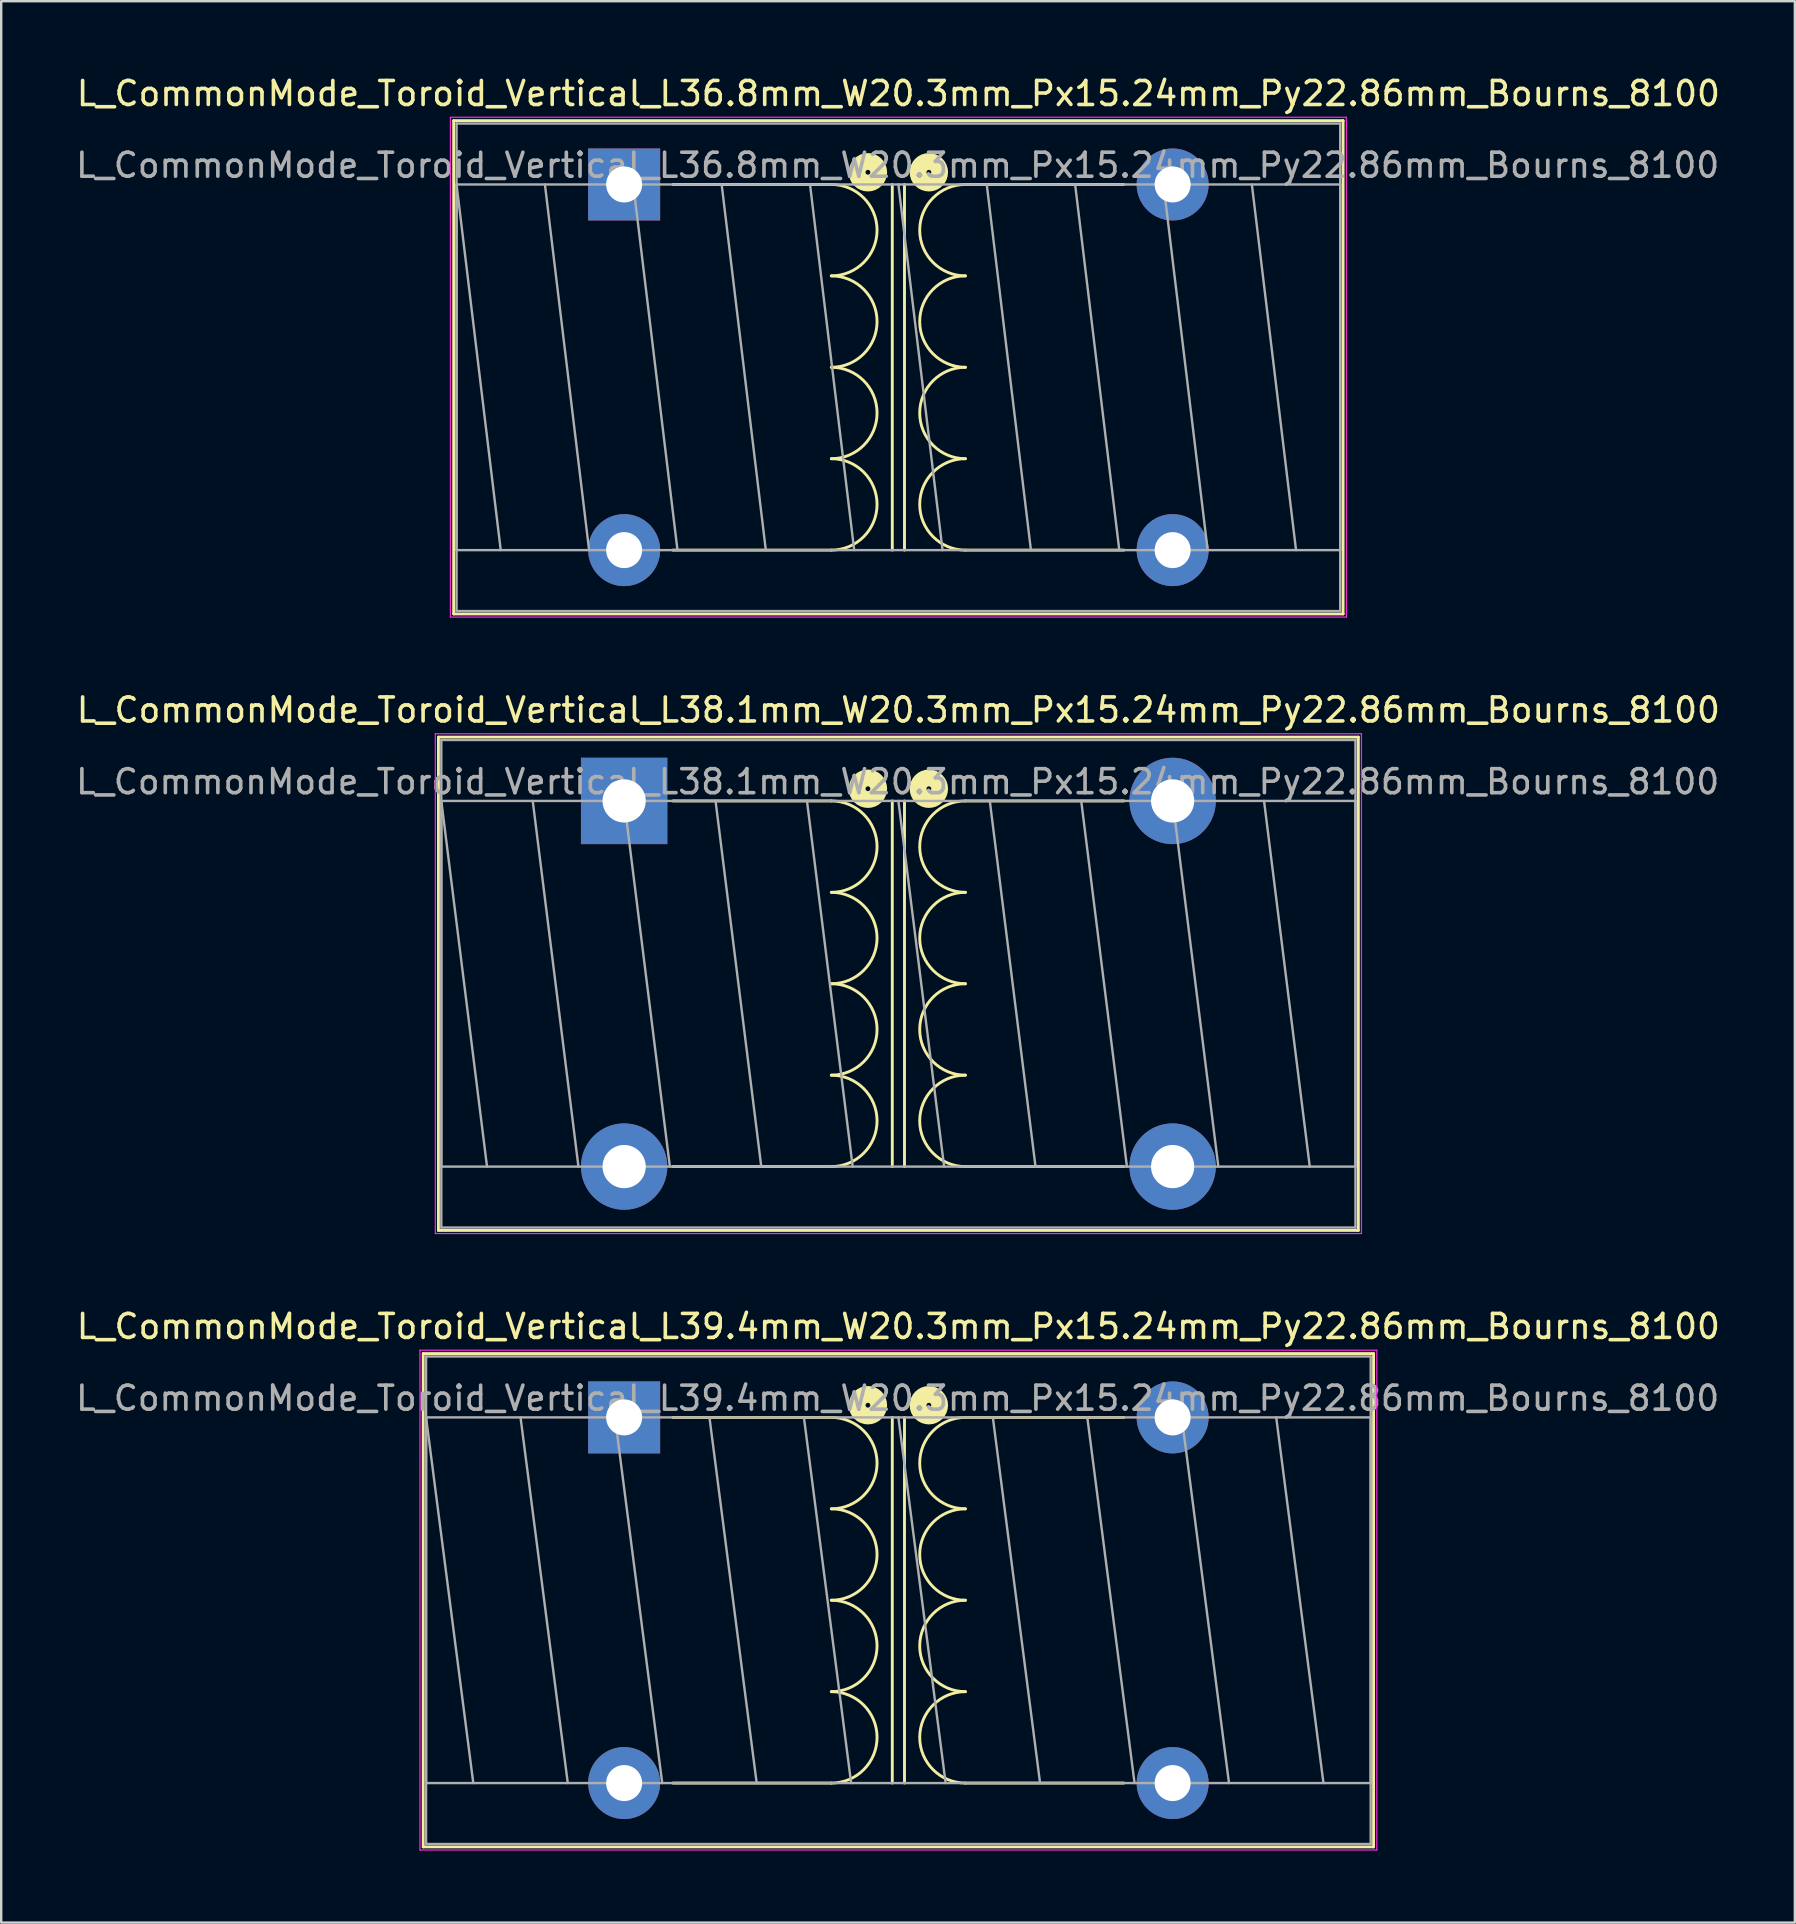
<source format=kicad_pcb>
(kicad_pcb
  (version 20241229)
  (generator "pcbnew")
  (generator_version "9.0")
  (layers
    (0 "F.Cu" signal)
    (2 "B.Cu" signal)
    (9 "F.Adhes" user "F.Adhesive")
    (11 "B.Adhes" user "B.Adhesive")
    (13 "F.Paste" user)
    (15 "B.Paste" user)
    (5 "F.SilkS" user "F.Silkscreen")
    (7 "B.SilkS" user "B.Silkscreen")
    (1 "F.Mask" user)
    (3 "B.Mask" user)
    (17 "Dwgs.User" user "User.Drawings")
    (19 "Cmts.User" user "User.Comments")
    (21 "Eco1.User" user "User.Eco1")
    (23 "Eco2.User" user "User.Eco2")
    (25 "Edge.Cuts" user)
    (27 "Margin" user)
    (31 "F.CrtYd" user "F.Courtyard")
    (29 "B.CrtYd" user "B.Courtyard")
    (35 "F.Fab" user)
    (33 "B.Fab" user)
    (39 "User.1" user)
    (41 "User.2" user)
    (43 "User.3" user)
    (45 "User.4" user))
  (footprint "L_CommonMode_Toroid_Vertical_L38.1mm_W20.3mm_Px15.24mm_Py22.86mm_Bourns_8100"
    (layer "F.Cu")
    (at 22.963 30.331)
    (property "Reference" "L_CommonMode_Toroid_Vertical_L38.1mm_W20.3mm_Px15.24mm_Py22.86mm_Bourns_8100" (at 11.43 -3.79 0) (layer "F.SilkS") (effects (font (size 1 1) (thickness 0.15))))
    (attr through_hole)
    (fp_line (start -7.74 -2.66) (end -7.74 17.9) (stroke (width 0.12) (type solid)) (layer "F.SilkS"))
    (fp_line (start -7.74 -2.66) (end 30.6 -2.66) (stroke (width 0.12) (type solid)) (layer "F.SilkS"))
    (fp_line (start -7.74 17.9) (end 30.6 17.9) (stroke (width 0.12) (type solid)) (layer "F.SilkS"))
    (fp_line (start 2.032 0) (end 8.636 0) (stroke (width 0.12) (type solid)) (layer "F.SilkS"))
    (fp_line (start 2.032 15.24) (end 8.636 15.24) (stroke (width 0.12) (type solid)) (layer "F.SilkS"))
    (fp_line (start 11.176 0) (end 11.176 15.24) (stroke (width 0.12) (type solid)) (layer "F.SilkS"))
    (fp_line (start 11.684 15.24) (end 11.684 0) (stroke (width 0.12) (type solid)) (layer "F.SilkS"))
    (fp_line (start 20.828 0) (end 14.224 0) (stroke (width 0.12) (type solid)) (layer "F.SilkS"))
    (fp_line (start 20.828 15.24) (end 14.224 15.24) (stroke (width 0.12) (type solid)) (layer "F.SilkS"))
    (fp_line (start 30.6 -2.66) (end 30.6 17.9) (stroke (width 0.12) (type solid)) (layer "F.SilkS"))
    (fp_arc (start 8.636 0) (mid 10.541 1.905) (end 8.636 3.81) (stroke (width 0.12) (type solid)) (layer "F.SilkS"))
    (fp_arc (start 8.636 3.81) (mid 10.541 5.715) (end 8.636 7.62) (stroke (width 0.12) (type solid)) (layer "F.SilkS"))
    (fp_arc (start 8.636 7.62) (mid 10.541 9.525) (end 8.636 11.43) (stroke (width 0.12) (type solid)) (layer "F.SilkS"))
    (fp_arc (start 8.636 11.43) (mid 10.541 13.335) (end 8.636 15.24) (stroke (width 0.12) (type solid)) (layer "F.SilkS"))
    (fp_arc (start 14.224 3.81) (mid 12.319 1.905) (end 14.224 0) (stroke (width 0.12) (type solid)) (layer "F.SilkS"))
    (fp_arc (start 14.224 7.62) (mid 12.319 5.715) (end 14.224 3.81) (stroke (width 0.12) (type solid)) (layer "F.SilkS"))
    (fp_arc (start 14.224 11.43) (mid 12.319 9.525) (end 14.224 7.62) (stroke (width 0.12) (type solid)) (layer "F.SilkS"))
    (fp_arc (start 14.224 15.24) (mid 12.319 13.335) (end 14.224 11.43) (stroke (width 0.12) (type solid)) (layer "F.SilkS"))
    (fp_circle (center 10.16 -0.508) (end 10.26 -0.508) (stroke (width 0.7) (type solid)) (fill no) (layer "F.SilkS"))
    (fp_circle (center 12.7 -0.508) (end 12.8 -0.508) (stroke (width 0.7) (type solid)) (fill no) (layer "F.SilkS"))
    (fp_line (start -7.87 -2.8) (end -7.87 18.03) (stroke (width 0.05) (type solid)) (layer "F.CrtYd"))
    (fp_line (start -7.87 18.03) (end 30.73 18.03) (stroke (width 0.05) (type solid)) (layer "F.CrtYd"))
    (fp_line (start 30.73 -2.8) (end -7.87 -2.8) (stroke (width 0.05) (type solid)) (layer "F.CrtYd"))
    (fp_line (start 30.73 18.03) (end 30.73 -2.8) (stroke (width 0.05) (type solid)) (layer "F.CrtYd"))
    (fp_line (start -7.62 -2.54) (end -7.62 17.78) (stroke (width 0.1) (type solid)) (layer "F.Fab"))
    (fp_line (start -7.62 0) (end -7.62 15.24) (stroke (width 0.1) (type solid)) (layer "F.Fab"))
    (fp_line (start -7.62 0) (end -5.715 15.24) (stroke (width 0.1) (type solid)) (layer "F.Fab"))
    (fp_line (start -7.62 15.24) (end 30.48 15.24) (stroke (width 0.1) (type solid)) (layer "F.Fab"))
    (fp_line (start -7.62 17.78) (end 30.48 17.78) (stroke (width 0.1) (type solid)) (layer "F.Fab"))
    (fp_line (start -3.81 0) (end -1.905 15.24) (stroke (width 0.1) (type solid)) (layer "F.Fab"))
    (fp_line (start 0 0) (end 1.905 15.24) (stroke (width 0.1) (type solid)) (layer "F.Fab"))
    (fp_line (start 3.81 0) (end 5.715 15.24) (stroke (width 0.1) (type solid)) (layer "F.Fab"))
    (fp_line (start 7.62 0) (end 9.525 15.24) (stroke (width 0.1) (type solid)) (layer "F.Fab"))
    (fp_line (start 11.43 0) (end 13.335 15.24) (stroke (width 0.1) (type solid)) (layer "F.Fab"))
    (fp_line (start 15.24 0) (end 17.145 15.24) (stroke (width 0.1) (type solid)) (layer "F.Fab"))
    (fp_line (start 19.05 0) (end 20.955 15.24) (stroke (width 0.1) (type solid)) (layer "F.Fab"))
    (fp_line (start 22.86 0) (end 24.765 15.24) (stroke (width 0.1) (type solid)) (layer "F.Fab"))
    (fp_line (start 26.67 0) (end 28.575 15.24) (stroke (width 0.1) (type solid)) (layer "F.Fab"))
    (fp_line (start 30.48 -2.54) (end -7.62 -2.54) (stroke (width 0.1) (type solid)) (layer "F.Fab"))
    (fp_line (start 30.48 0) (end -7.62 0) (stroke (width 0.1) (type solid)) (layer "F.Fab"))
    (fp_line (start 30.48 15.24) (end 30.48 0) (stroke (width 0.1) (type solid)) (layer "F.Fab"))
    (fp_line (start 30.48 17.78) (end 30.48 -2.54) (stroke (width 0.1) (type solid)) (layer "F.Fab"))
    (fp_text user "${REFERENCE}" (at 11.4 -0.8 0) (layer "F.Fab") (effects (font (size 1 1) (thickness 0.15))))
    (pad "1" thru_hole rect (at 0 0) (size 3.6 3.6) (drill 1.8) (layers "*.Cu" "*.Mask"))
    (pad "2" thru_hole circle (at 0 15.24) (size 3.6 3.6) (drill 1.8) (layers "*.Cu" "*.Mask"))
    (pad "3" thru_hole circle (at 22.86 15.24) (size 3.6 3.6) (drill 1.8) (layers "*.Cu" "*.Mask"))
    (pad "4" thru_hole circle (at 22.86 0) (size 3.6 3.6) (drill 1.8) (layers "*.Cu" "*.Mask")))
  (footprint "L_CommonMode_Toroid_Vertical_L36.8mm_W20.3mm_Px15.24mm_Py22.86mm_Bourns_8100"
    (layer "F.Cu")
    (at 22.963 4.638)
    (property "Reference" "L_CommonMode_Toroid_Vertical_L36.8mm_W20.3mm_Px15.24mm_Py22.86mm_Bourns_8100" (at 11.43 -3.79 0) (layer "F.SilkS") (effects (font (size 1 1) (thickness 0.15))))
    (attr through_hole)
    (fp_line (start -7.105 -2.66) (end -7.105 17.9) (stroke (width 0.12) (type solid)) (layer "F.SilkS"))
    (fp_line (start -7.105 -2.66) (end 29.965 -2.66) (stroke (width 0.12) (type solid)) (layer "F.SilkS"))
    (fp_line (start -7.105 17.9) (end 29.965 17.9) (stroke (width 0.12) (type solid)) (layer "F.SilkS"))
    (fp_line (start 2.032 0) (end 8.636 0) (stroke (width 0.12) (type solid)) (layer "F.SilkS"))
    (fp_line (start 2.032 15.24) (end 8.636 15.24) (stroke (width 0.12) (type solid)) (layer "F.SilkS"))
    (fp_line (start 11.176 0) (end 11.176 15.24) (stroke (width 0.12) (type solid)) (layer "F.SilkS"))
    (fp_line (start 11.684 15.24) (end 11.684 0) (stroke (width 0.12) (type solid)) (layer "F.SilkS"))
    (fp_line (start 20.828 0) (end 14.224 0) (stroke (width 0.12) (type solid)) (layer "F.SilkS"))
    (fp_line (start 20.828 15.24) (end 14.224 15.24) (stroke (width 0.12) (type solid)) (layer "F.SilkS"))
    (fp_line (start 29.965 -2.66) (end 29.965 17.9) (stroke (width 0.12) (type solid)) (layer "F.SilkS"))
    (fp_arc (start 8.636 0) (mid 10.541 1.905) (end 8.636 3.81) (stroke (width 0.12) (type solid)) (layer "F.SilkS"))
    (fp_arc (start 8.636 3.81) (mid 10.541 5.715) (end 8.636 7.62) (stroke (width 0.12) (type solid)) (layer "F.SilkS"))
    (fp_arc (start 8.636 7.62) (mid 10.541 9.525) (end 8.636 11.43) (stroke (width 0.12) (type solid)) (layer "F.SilkS"))
    (fp_arc (start 8.636 11.43) (mid 10.541 13.335) (end 8.636 15.24) (stroke (width 0.12) (type solid)) (layer "F.SilkS"))
    (fp_arc (start 14.224 3.81) (mid 12.319 1.905) (end 14.224 0) (stroke (width 0.12) (type solid)) (layer "F.SilkS"))
    (fp_arc (start 14.224 7.62) (mid 12.319 5.715) (end 14.224 3.81) (stroke (width 0.12) (type solid)) (layer "F.SilkS"))
    (fp_arc (start 14.224 11.43) (mid 12.319 9.525) (end 14.224 7.62) (stroke (width 0.12) (type solid)) (layer "F.SilkS"))
    (fp_arc (start 14.224 15.24) (mid 12.319 13.335) (end 14.224 11.43) (stroke (width 0.12) (type solid)) (layer "F.SilkS"))
    (fp_circle (center 10.16 -0.508) (end 10.26 -0.508) (stroke (width 0.7) (type solid)) (fill no) (layer "F.SilkS"))
    (fp_circle (center 12.7 -0.508) (end 12.8 -0.508) (stroke (width 0.7) (type solid)) (fill no) (layer "F.SilkS"))
    (fp_line (start -7.24 -2.8) (end -7.24 18.03) (stroke (width 0.05) (type solid)) (layer "F.CrtYd"))
    (fp_line (start -7.24 18.03) (end 30.1 18.03) (stroke (width 0.05) (type solid)) (layer "F.CrtYd"))
    (fp_line (start 30.1 -2.8) (end -7.24 -2.8) (stroke (width 0.05) (type solid)) (layer "F.CrtYd"))
    (fp_line (start 30.1 18.03) (end 30.1 -2.8) (stroke (width 0.05) (type solid)) (layer "F.CrtYd"))
    (fp_line (start -6.985 -2.54) (end -6.985 17.78) (stroke (width 0.1) (type solid)) (layer "F.Fab"))
    (fp_line (start -6.985 0) (end -6.985 15.24) (stroke (width 0.1) (type solid)) (layer "F.Fab"))
    (fp_line (start -6.985 0) (end -5.144 15.24) (stroke (width 0.1) (type solid)) (layer "F.Fab"))
    (fp_line (start -6.985 15.24) (end 29.845 15.24) (stroke (width 0.1) (type solid)) (layer "F.Fab"))
    (fp_line (start -6.985 17.78) (end 29.845 17.78) (stroke (width 0.1) (type solid)) (layer "F.Fab"))
    (fp_line (start -3.302 0) (end -1.46 15.24) (stroke (width 0.1) (type solid)) (layer "F.Fab"))
    (fp_line (start 0.381 0) (end 2.223 15.24) (stroke (width 0.1) (type solid)) (layer "F.Fab"))
    (fp_line (start 4.064 0) (end 5.905 15.24) (stroke (width 0.1) (type solid)) (layer "F.Fab"))
    (fp_line (start 7.747 0) (end 9.588 15.24) (stroke (width 0.1) (type solid)) (layer "F.Fab"))
    (fp_line (start 11.43 0) (end 13.271 15.24) (stroke (width 0.1) (type solid)) (layer "F.Fab"))
    (fp_line (start 15.113 0) (end 16.954 15.24) (stroke (width 0.1) (type solid)) (layer "F.Fab"))
    (fp_line (start 18.796 0) (end 20.637 15.24) (stroke (width 0.1) (type solid)) (layer "F.Fab"))
    (fp_line (start 22.479 0) (end 24.32 15.24) (stroke (width 0.1) (type solid)) (layer "F.Fab"))
    (fp_line (start 26.162 0) (end 28.003 15.24) (stroke (width 0.1) (type solid)) (layer "F.Fab"))
    (fp_line (start 29.845 -2.54) (end -6.985 -2.54) (stroke (width 0.1) (type solid)) (layer "F.Fab"))
    (fp_line (start 29.845 0) (end -6.985 0) (stroke (width 0.1) (type solid)) (layer "F.Fab"))
    (fp_line (start 29.845 15.24) (end 29.845 0) (stroke (width 0.1) (type solid)) (layer "F.Fab"))
    (fp_line (start 29.845 17.78) (end 29.845 -2.54) (stroke (width 0.1) (type solid)) (layer "F.Fab"))
    (fp_text user "${REFERENCE}" (at 11.4 -0.8 0) (layer "F.Fab") (effects (font (size 1 1) (thickness 0.15))))
    (pad "1" thru_hole rect (at 0 0) (size 3 3) (drill 1.5) (layers "*.Cu" "*.Mask"))
    (pad "2" thru_hole circle (at 0 15.24) (size 3 3) (drill 1.5) (layers "*.Cu" "*.Mask"))
    (pad "3" thru_hole circle (at 22.86 15.24) (size 3 3) (drill 1.5) (layers "*.Cu" "*.Mask"))
    (pad "4" thru_hole circle (at 22.86 0) (size 3 3) (drill 1.5) (layers "*.Cu" "*.Mask")))
  (footprint "L_CommonMode_Toroid_Vertical_L39.4mm_W20.3mm_Px15.24mm_Py22.86mm_Bourns_8100"
    (layer "F.Cu")
    (at 22.963 56.025)
    (property "Reference" "L_CommonMode_Toroid_Vertical_L39.4mm_W20.3mm_Px15.24mm_Py22.86mm_Bourns_8100" (at 11.43 -3.79 0) (layer "F.SilkS") (effects (font (size 1 1) (thickness 0.15))))
    (attr through_hole)
    (fp_line (start -8.375 -2.66) (end -8.375 17.9) (stroke (width 0.12) (type solid)) (layer "F.SilkS"))
    (fp_line (start -8.375 -2.66) (end 31.235 -2.66) (stroke (width 0.12) (type solid)) (layer "F.SilkS"))
    (fp_line (start -8.375 17.9) (end 31.235 17.9) (stroke (width 0.12) (type solid)) (layer "F.SilkS"))
    (fp_line (start 2.032 0) (end 8.636 0) (stroke (width 0.12) (type solid)) (layer "F.SilkS"))
    (fp_line (start 2.032 15.24) (end 8.636 15.24) (stroke (width 0.12) (type solid)) (layer "F.SilkS"))
    (fp_line (start 11.176 0) (end 11.176 15.24) (stroke (width 0.12) (type solid)) (layer "F.SilkS"))
    (fp_line (start 11.684 15.24) (end 11.684 0) (stroke (width 0.12) (type solid)) (layer "F.SilkS"))
    (fp_line (start 20.828 0) (end 14.224 0) (stroke (width 0.12) (type solid)) (layer "F.SilkS"))
    (fp_line (start 20.828 15.24) (end 14.224 15.24) (stroke (width 0.12) (type solid)) (layer "F.SilkS"))
    (fp_line (start 31.235 -2.66) (end 31.235 17.9) (stroke (width 0.12) (type solid)) (layer "F.SilkS"))
    (fp_arc (start 8.636 0) (mid 10.541 1.905) (end 8.636 3.81) (stroke (width 0.12) (type solid)) (layer "F.SilkS"))
    (fp_arc (start 8.636 3.81) (mid 10.541 5.715) (end 8.636 7.62) (stroke (width 0.12) (type solid)) (layer "F.SilkS"))
    (fp_arc (start 8.636 7.62) (mid 10.541 9.525) (end 8.636 11.43) (stroke (width 0.12) (type solid)) (layer "F.SilkS"))
    (fp_arc (start 8.636 11.43) (mid 10.541 13.335) (end 8.636 15.24) (stroke (width 0.12) (type solid)) (layer "F.SilkS"))
    (fp_arc (start 14.224 3.81) (mid 12.319 1.905) (end 14.224 0) (stroke (width 0.12) (type solid)) (layer "F.SilkS"))
    (fp_arc (start 14.224 7.62) (mid 12.319 5.715) (end 14.224 3.81) (stroke (width 0.12) (type solid)) (layer "F.SilkS"))
    (fp_arc (start 14.224 11.43) (mid 12.319 9.525) (end 14.224 7.62) (stroke (width 0.12) (type solid)) (layer "F.SilkS"))
    (fp_arc (start 14.224 15.24) (mid 12.319 13.335) (end 14.224 11.43) (stroke (width 0.12) (type solid)) (layer "F.SilkS"))
    (fp_circle (center 10.16 -0.508) (end 10.26 -0.508) (stroke (width 0.7) (type solid)) (fill no) (layer "F.SilkS"))
    (fp_circle (center 12.7 -0.508) (end 12.8 -0.508) (stroke (width 0.7) (type solid)) (fill no) (layer "F.SilkS"))
    (fp_line (start -8.51 -2.8) (end -8.51 18.03) (stroke (width 0.05) (type solid)) (layer "F.CrtYd"))
    (fp_line (start -8.51 18.03) (end 31.37 18.03) (stroke (width 0.05) (type solid)) (layer "F.CrtYd"))
    (fp_line (start 31.37 -2.8) (end -8.51 -2.8) (stroke (width 0.05) (type solid)) (layer "F.CrtYd"))
    (fp_line (start 31.37 18.03) (end 31.37 -2.8) (stroke (width 0.05) (type solid)) (layer "F.CrtYd"))
    (fp_line (start -8.255 -2.54) (end -8.255 17.78) (stroke (width 0.1) (type solid)) (layer "F.Fab"))
    (fp_line (start -8.255 0) (end -8.255 15.24) (stroke (width 0.1) (type solid)) (layer "F.Fab"))
    (fp_line (start -8.255 0) (end -6.287 15.24) (stroke (width 0.1) (type solid)) (layer "F.Fab"))
    (fp_line (start -8.255 15.24) (end 31.115 15.24) (stroke (width 0.1) (type solid)) (layer "F.Fab"))
    (fp_line (start -8.255 17.78) (end 31.115 17.78) (stroke (width 0.1) (type solid)) (layer "F.Fab"))
    (fp_line (start -4.318 0) (end -2.349 15.24) (stroke (width 0.1) (type solid)) (layer "F.Fab"))
    (fp_line (start -0.381 0) (end 1.587 15.24) (stroke (width 0.1) (type solid)) (layer "F.Fab"))
    (fp_line (start 3.556 0) (end 5.524 15.24) (stroke (width 0.1) (type solid)) (layer "F.Fab"))
    (fp_line (start 7.493 0) (end 9.461 15.24) (stroke (width 0.1) (type solid)) (layer "F.Fab"))
    (fp_line (start 11.43 0) (end 13.399 15.24) (stroke (width 0.1) (type solid)) (layer "F.Fab"))
    (fp_line (start 15.367 0) (end 17.335 15.24) (stroke (width 0.1) (type solid)) (layer "F.Fab"))
    (fp_line (start 19.304 0) (end 21.273 15.24) (stroke (width 0.1) (type solid)) (layer "F.Fab"))
    (fp_line (start 23.241 0) (end 25.209 15.24) (stroke (width 0.1) (type solid)) (layer "F.Fab"))
    (fp_line (start 27.178 0) (end 29.146 15.24) (stroke (width 0.1) (type solid)) (layer "F.Fab"))
    (fp_line (start 31.115 -2.54) (end -8.255 -2.54) (stroke (width 0.1) (type solid)) (layer "F.Fab"))
    (fp_line (start 31.115 0) (end -8.255 0) (stroke (width 0.1) (type solid)) (layer "F.Fab"))
    (fp_line (start 31.115 15.24) (end 31.115 0) (stroke (width 0.1) (type solid)) (layer "F.Fab"))
    (fp_line (start 31.115 17.78) (end 31.115 -2.54) (stroke (width 0.1) (type solid)) (layer "F.Fab"))
    (fp_text user "${REFERENCE}" (at 11.4 -0.8 0) (layer "F.Fab") (effects (font (size 1 1) (thickness 0.15))))
    (pad "1" thru_hole rect (at 0 0) (size 3 3) (drill 1.5) (layers "*.Cu" "*.Mask"))
    (pad "2" thru_hole circle (at 0 15.24) (size 3 3) (drill 1.5) (layers "*.Cu" "*.Mask"))
    (pad "3" thru_hole circle (at 22.86 15.24) (size 3 3) (drill 1.5) (layers "*.Cu" "*.Mask"))
    (pad "4" thru_hole circle (at 22.86 0) (size 3 3) (drill 1.5) (layers "*.Cu" "*.Mask")))
  (gr_rect
    (start -3 -3)
    (end 71.756 77.08)
    (stroke (width 0.1) (type default))
    (fill no)
    (layer "Edge.Cuts")))
</source>
